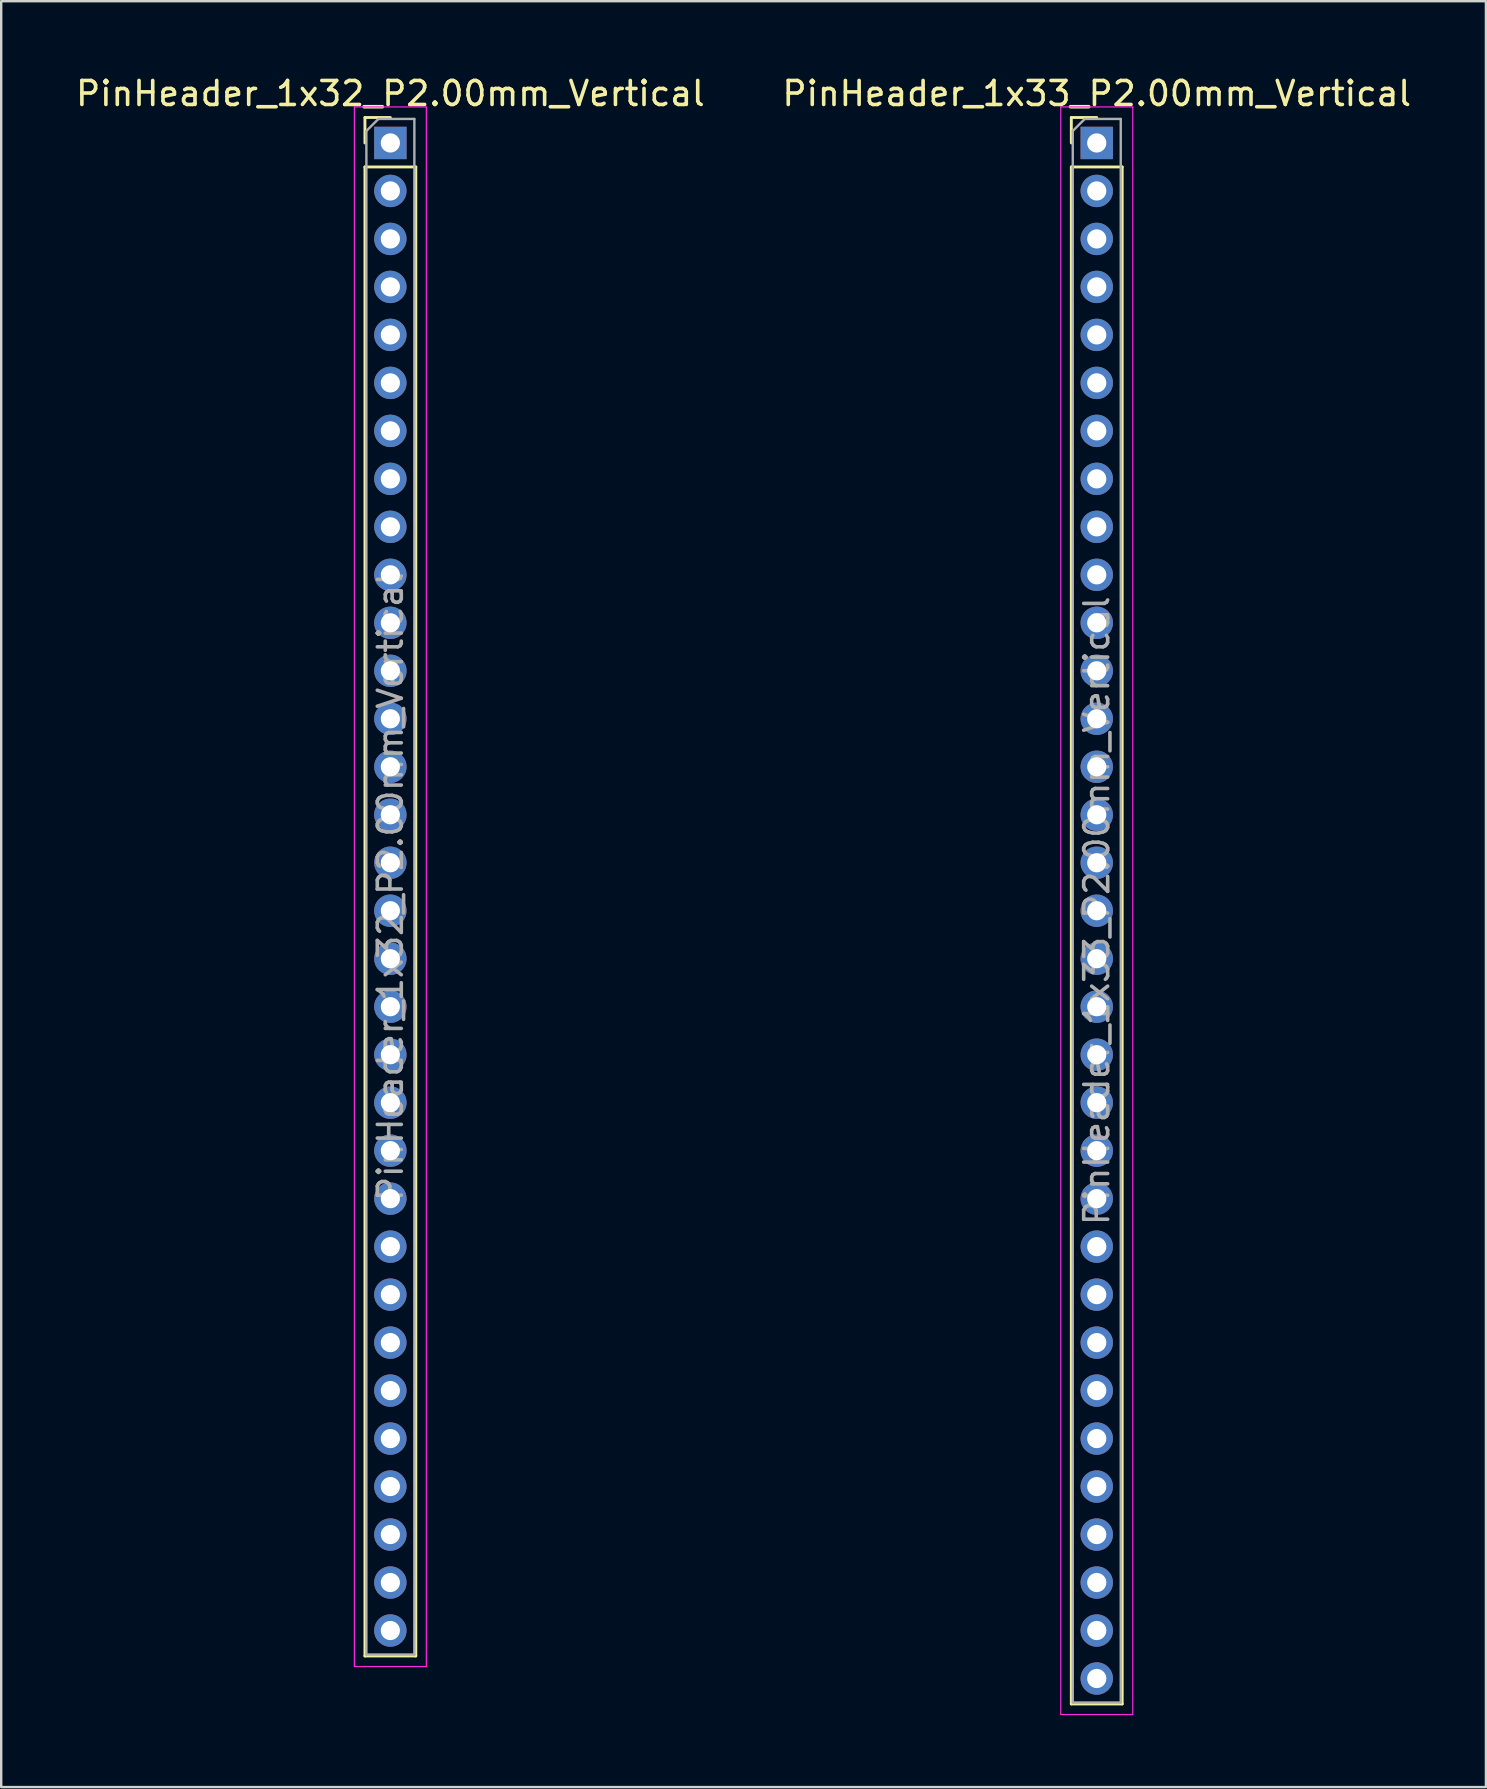
<source format=kicad_pcb>
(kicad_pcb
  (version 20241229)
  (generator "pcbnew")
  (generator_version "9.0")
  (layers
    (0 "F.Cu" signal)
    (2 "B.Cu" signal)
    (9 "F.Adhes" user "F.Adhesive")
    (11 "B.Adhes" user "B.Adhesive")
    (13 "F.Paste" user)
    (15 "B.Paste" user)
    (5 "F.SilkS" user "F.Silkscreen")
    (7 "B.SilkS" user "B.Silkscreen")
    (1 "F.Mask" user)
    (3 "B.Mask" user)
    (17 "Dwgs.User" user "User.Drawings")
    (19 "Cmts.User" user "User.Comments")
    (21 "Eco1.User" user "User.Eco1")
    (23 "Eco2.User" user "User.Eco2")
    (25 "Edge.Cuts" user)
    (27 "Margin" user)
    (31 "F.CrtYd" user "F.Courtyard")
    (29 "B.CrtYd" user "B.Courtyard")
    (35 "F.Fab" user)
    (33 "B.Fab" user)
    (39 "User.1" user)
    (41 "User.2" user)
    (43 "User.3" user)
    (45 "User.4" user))
  (footprint "PinHeader_1x32_P2.00mm_Vertical"
    (layer "F.Cu")
    (at 13.22 2.908)
    (property "Reference" "PinHeader_1x32_P2.00mm_Vertical" (at 0 -2.06 0) (layer "F.SilkS") (effects (font (size 1 1) (thickness 0.15))))
    (attr through_hole)
    (fp_line (start -1.06 -1.06) (end 0 -1.06) (stroke (width 0.12) (type solid)) (layer "F.SilkS"))
    (fp_line (start -1.06 0) (end -1.06 -1.06) (stroke (width 0.12) (type solid)) (layer "F.SilkS"))
    (fp_line (start -1.06 1) (end -1.06 63.06) (stroke (width 0.12) (type solid)) (layer "F.SilkS"))
    (fp_line (start -1.06 1) (end 1.06 1) (stroke (width 0.12) (type solid)) (layer "F.SilkS"))
    (fp_line (start -1.06 63.06) (end 1.06 63.06) (stroke (width 0.12) (type solid)) (layer "F.SilkS"))
    (fp_line (start 1.06 1) (end 1.06 63.06) (stroke (width 0.12) (type solid)) (layer "F.SilkS"))
    (fp_line (start -1.5 -1.5) (end -1.5 63.5) (stroke (width 0.05) (type solid)) (layer "F.CrtYd"))
    (fp_line (start -1.5 63.5) (end 1.5 63.5) (stroke (width 0.05) (type solid)) (layer "F.CrtYd"))
    (fp_line (start 1.5 -1.5) (end -1.5 -1.5) (stroke (width 0.05) (type solid)) (layer "F.CrtYd"))
    (fp_line (start 1.5 63.5) (end 1.5 -1.5) (stroke (width 0.05) (type solid)) (layer "F.CrtYd"))
    (fp_line (start -1 -0.5) (end -0.5 -1) (stroke (width 0.1) (type solid)) (layer "F.Fab"))
    (fp_line (start -1 63) (end -1 -0.5) (stroke (width 0.1) (type solid)) (layer "F.Fab"))
    (fp_line (start -0.5 -1) (end 1 -1) (stroke (width 0.1) (type solid)) (layer "F.Fab"))
    (fp_line (start 1 -1) (end 1 63) (stroke (width 0.1) (type solid)) (layer "F.Fab"))
    (fp_line (start 1 63) (end -1 63) (stroke (width 0.1) (type solid)) (layer "F.Fab"))
    (fp_text user "${REFERENCE}" (at 0 31 90) (layer "F.Fab") (effects (font (size 1 1) (thickness 0.15))))
    (pad "1" thru_hole rect (at 0 0) (size 1.35 1.35) (drill 0.8) (layers "*.Cu" "*.Mask"))
    (pad "2" thru_hole oval (at 0 2) (size 1.35 1.35) (drill 0.8) (layers "*.Cu" "*.Mask"))
    (pad "3" thru_hole oval (at 0 4) (size 1.35 1.35) (drill 0.8) (layers "*.Cu" "*.Mask"))
    (pad "4" thru_hole oval (at 0 6) (size 1.35 1.35) (drill 0.8) (layers "*.Cu" "*.Mask"))
    (pad "5" thru_hole oval (at 0 8) (size 1.35 1.35) (drill 0.8) (layers "*.Cu" "*.Mask"))
    (pad "6" thru_hole oval (at 0 10) (size 1.35 1.35) (drill 0.8) (layers "*.Cu" "*.Mask"))
    (pad "7" thru_hole oval (at 0 12) (size 1.35 1.35) (drill 0.8) (layers "*.Cu" "*.Mask"))
    (pad "8" thru_hole oval (at 0 14) (size 1.35 1.35) (drill 0.8) (layers "*.Cu" "*.Mask"))
    (pad "9" thru_hole oval (at 0 16) (size 1.35 1.35) (drill 0.8) (layers "*.Cu" "*.Mask"))
    (pad "10" thru_hole oval (at 0 18) (size 1.35 1.35) (drill 0.8) (layers "*.Cu" "*.Mask"))
    (pad "11" thru_hole oval (at 0 20) (size 1.35 1.35) (drill 0.8) (layers "*.Cu" "*.Mask"))
    (pad "12" thru_hole oval (at 0 22) (size 1.35 1.35) (drill 0.8) (layers "*.Cu" "*.Mask"))
    (pad "13" thru_hole oval (at 0 24) (size 1.35 1.35) (drill 0.8) (layers "*.Cu" "*.Mask"))
    (pad "14" thru_hole oval (at 0 26) (size 1.35 1.35) (drill 0.8) (layers "*.Cu" "*.Mask"))
    (pad "15" thru_hole oval (at 0 28) (size 1.35 1.35) (drill 0.8) (layers "*.Cu" "*.Mask"))
    (pad "16" thru_hole oval (at 0 30) (size 1.35 1.35) (drill 0.8) (layers "*.Cu" "*.Mask"))
    (pad "17" thru_hole oval (at 0 32) (size 1.35 1.35) (drill 0.8) (layers "*.Cu" "*.Mask"))
    (pad "18" thru_hole oval (at 0 34) (size 1.35 1.35) (drill 0.8) (layers "*.Cu" "*.Mask"))
    (pad "19" thru_hole oval (at 0 36) (size 1.35 1.35) (drill 0.8) (layers "*.Cu" "*.Mask"))
    (pad "20" thru_hole oval (at 0 38) (size 1.35 1.35) (drill 0.8) (layers "*.Cu" "*.Mask"))
    (pad "21" thru_hole oval (at 0 40) (size 1.35 1.35) (drill 0.8) (layers "*.Cu" "*.Mask"))
    (pad "22" thru_hole oval (at 0 42) (size 1.35 1.35) (drill 0.8) (layers "*.Cu" "*.Mask"))
    (pad "23" thru_hole oval (at 0 44) (size 1.35 1.35) (drill 0.8) (layers "*.Cu" "*.Mask"))
    (pad "24" thru_hole oval (at 0 46) (size 1.35 1.35) (drill 0.8) (layers "*.Cu" "*.Mask"))
    (pad "25" thru_hole oval (at 0 48) (size 1.35 1.35) (drill 0.8) (layers "*.Cu" "*.Mask"))
    (pad "26" thru_hole oval (at 0 50) (size 1.35 1.35) (drill 0.8) (layers "*.Cu" "*.Mask"))
    (pad "27" thru_hole oval (at 0 52) (size 1.35 1.35) (drill 0.8) (layers "*.Cu" "*.Mask"))
    (pad "28" thru_hole oval (at 0 54) (size 1.35 1.35) (drill 0.8) (layers "*.Cu" "*.Mask"))
    (pad "29" thru_hole oval (at 0 56) (size 1.35 1.35) (drill 0.8) (layers "*.Cu" "*.Mask"))
    (pad "30" thru_hole oval (at 0 58) (size 1.35 1.35) (drill 0.8) (layers "*.Cu" "*.Mask"))
    (pad "31" thru_hole oval (at 0 60) (size 1.35 1.35) (drill 0.8) (layers "*.Cu" "*.Mask"))
    (pad "32" thru_hole oval (at 0 62) (size 1.35 1.35) (drill 0.8) (layers "*.Cu" "*.Mask")))
  (footprint "PinHeader_1x33_P2.00mm_Vertical"
    (layer "F.Cu")
    (at 42.661 2.908)
    (property "Reference" "PinHeader_1x33_P2.00mm_Vertical" (at 0 -2.06 0) (layer "F.SilkS") (effects (font (size 1 1) (thickness 0.15))))
    (attr through_hole)
    (fp_line (start -1.06 -1.06) (end 0 -1.06) (stroke (width 0.12) (type solid)) (layer "F.SilkS"))
    (fp_line (start -1.06 0) (end -1.06 -1.06) (stroke (width 0.12) (type solid)) (layer "F.SilkS"))
    (fp_line (start -1.06 1) (end -1.06 65.06) (stroke (width 0.12) (type solid)) (layer "F.SilkS"))
    (fp_line (start -1.06 1) (end 1.06 1) (stroke (width 0.12) (type solid)) (layer "F.SilkS"))
    (fp_line (start -1.06 65.06) (end 1.06 65.06) (stroke (width 0.12) (type solid)) (layer "F.SilkS"))
    (fp_line (start 1.06 1) (end 1.06 65.06) (stroke (width 0.12) (type solid)) (layer "F.SilkS"))
    (fp_line (start -1.5 -1.5) (end -1.5 65.5) (stroke (width 0.05) (type solid)) (layer "F.CrtYd"))
    (fp_line (start -1.5 65.5) (end 1.5 65.5) (stroke (width 0.05) (type solid)) (layer "F.CrtYd"))
    (fp_line (start 1.5 -1.5) (end -1.5 -1.5) (stroke (width 0.05) (type solid)) (layer "F.CrtYd"))
    (fp_line (start 1.5 65.5) (end 1.5 -1.5) (stroke (width 0.05) (type solid)) (layer "F.CrtYd"))
    (fp_line (start -1 -0.5) (end -0.5 -1) (stroke (width 0.1) (type solid)) (layer "F.Fab"))
    (fp_line (start -1 65) (end -1 -0.5) (stroke (width 0.1) (type solid)) (layer "F.Fab"))
    (fp_line (start -0.5 -1) (end 1 -1) (stroke (width 0.1) (type solid)) (layer "F.Fab"))
    (fp_line (start 1 -1) (end 1 65) (stroke (width 0.1) (type solid)) (layer "F.Fab"))
    (fp_line (start 1 65) (end -1 65) (stroke (width 0.1) (type solid)) (layer "F.Fab"))
    (fp_text user "${REFERENCE}" (at 0 32 90) (layer "F.Fab") (effects (font (size 1 1) (thickness 0.15))))
    (pad "1" thru_hole rect (at 0 0) (size 1.35 1.35) (drill 0.8) (layers "*.Cu" "*.Mask"))
    (pad "2" thru_hole oval (at 0 2) (size 1.35 1.35) (drill 0.8) (layers "*.Cu" "*.Mask"))
    (pad "3" thru_hole oval (at 0 4) (size 1.35 1.35) (drill 0.8) (layers "*.Cu" "*.Mask"))
    (pad "4" thru_hole oval (at 0 6) (size 1.35 1.35) (drill 0.8) (layers "*.Cu" "*.Mask"))
    (pad "5" thru_hole oval (at 0 8) (size 1.35 1.35) (drill 0.8) (layers "*.Cu" "*.Mask"))
    (pad "6" thru_hole oval (at 0 10) (size 1.35 1.35) (drill 0.8) (layers "*.Cu" "*.Mask"))
    (pad "7" thru_hole oval (at 0 12) (size 1.35 1.35) (drill 0.8) (layers "*.Cu" "*.Mask"))
    (pad "8" thru_hole oval (at 0 14) (size 1.35 1.35) (drill 0.8) (layers "*.Cu" "*.Mask"))
    (pad "9" thru_hole oval (at 0 16) (size 1.35 1.35) (drill 0.8) (layers "*.Cu" "*.Mask"))
    (pad "10" thru_hole oval (at 0 18) (size 1.35 1.35) (drill 0.8) (layers "*.Cu" "*.Mask"))
    (pad "11" thru_hole oval (at 0 20) (size 1.35 1.35) (drill 0.8) (layers "*.Cu" "*.Mask"))
    (pad "12" thru_hole oval (at 0 22) (size 1.35 1.35) (drill 0.8) (layers "*.Cu" "*.Mask"))
    (pad "13" thru_hole oval (at 0 24) (size 1.35 1.35) (drill 0.8) (layers "*.Cu" "*.Mask"))
    (pad "14" thru_hole oval (at 0 26) (size 1.35 1.35) (drill 0.8) (layers "*.Cu" "*.Mask"))
    (pad "15" thru_hole oval (at 0 28) (size 1.35 1.35) (drill 0.8) (layers "*.Cu" "*.Mask"))
    (pad "16" thru_hole oval (at 0 30) (size 1.35 1.35) (drill 0.8) (layers "*.Cu" "*.Mask"))
    (pad "17" thru_hole oval (at 0 32) (size 1.35 1.35) (drill 0.8) (layers "*.Cu" "*.Mask"))
    (pad "18" thru_hole oval (at 0 34) (size 1.35 1.35) (drill 0.8) (layers "*.Cu" "*.Mask"))
    (pad "19" thru_hole oval (at 0 36) (size 1.35 1.35) (drill 0.8) (layers "*.Cu" "*.Mask"))
    (pad "20" thru_hole oval (at 0 38) (size 1.35 1.35) (drill 0.8) (layers "*.Cu" "*.Mask"))
    (pad "21" thru_hole oval (at 0 40) (size 1.35 1.35) (drill 0.8) (layers "*.Cu" "*.Mask"))
    (pad "22" thru_hole oval (at 0 42) (size 1.35 1.35) (drill 0.8) (layers "*.Cu" "*.Mask"))
    (pad "23" thru_hole oval (at 0 44) (size 1.35 1.35) (drill 0.8) (layers "*.Cu" "*.Mask"))
    (pad "24" thru_hole oval (at 0 46) (size 1.35 1.35) (drill 0.8) (layers "*.Cu" "*.Mask"))
    (pad "25" thru_hole oval (at 0 48) (size 1.35 1.35) (drill 0.8) (layers "*.Cu" "*.Mask"))
    (pad "26" thru_hole oval (at 0 50) (size 1.35 1.35) (drill 0.8) (layers "*.Cu" "*.Mask"))
    (pad "27" thru_hole oval (at 0 52) (size 1.35 1.35) (drill 0.8) (layers "*.Cu" "*.Mask"))
    (pad "28" thru_hole oval (at 0 54) (size 1.35 1.35) (drill 0.8) (layers "*.Cu" "*.Mask"))
    (pad "29" thru_hole oval (at 0 56) (size 1.35 1.35) (drill 0.8) (layers "*.Cu" "*.Mask"))
    (pad "30" thru_hole oval (at 0 58) (size 1.35 1.35) (drill 0.8) (layers "*.Cu" "*.Mask"))
    (pad "31" thru_hole oval (at 0 60) (size 1.35 1.35) (drill 0.8) (layers "*.Cu" "*.Mask"))
    (pad "32" thru_hole oval (at 0 62) (size 1.35 1.35) (drill 0.8) (layers "*.Cu" "*.Mask"))
    (pad "33" thru_hole oval (at 0 64) (size 1.35 1.35) (drill 0.8) (layers "*.Cu" "*.Mask")))
  (gr_rect
    (start -3 -3)
    (end 58.881 71.433)
    (stroke (width 0.1) (type default))
    (fill no)
    (layer "Edge.Cuts")))
</source>
